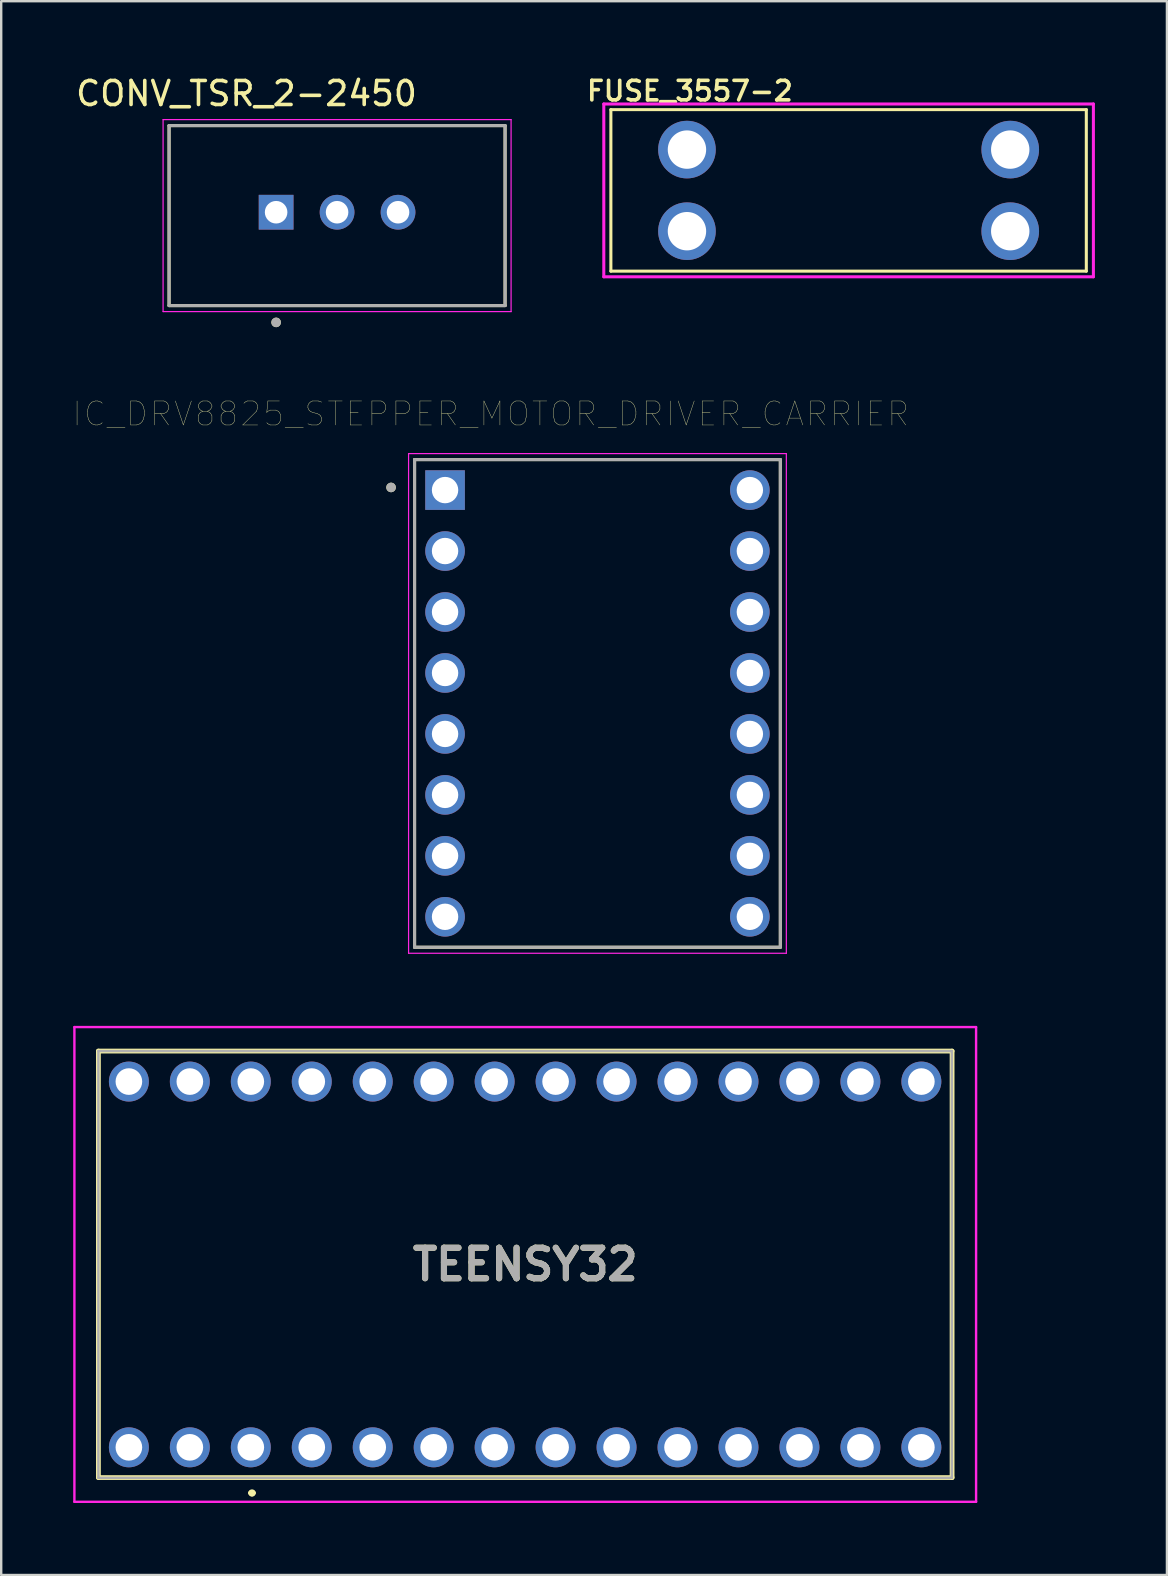
<source format=kicad_pcb>
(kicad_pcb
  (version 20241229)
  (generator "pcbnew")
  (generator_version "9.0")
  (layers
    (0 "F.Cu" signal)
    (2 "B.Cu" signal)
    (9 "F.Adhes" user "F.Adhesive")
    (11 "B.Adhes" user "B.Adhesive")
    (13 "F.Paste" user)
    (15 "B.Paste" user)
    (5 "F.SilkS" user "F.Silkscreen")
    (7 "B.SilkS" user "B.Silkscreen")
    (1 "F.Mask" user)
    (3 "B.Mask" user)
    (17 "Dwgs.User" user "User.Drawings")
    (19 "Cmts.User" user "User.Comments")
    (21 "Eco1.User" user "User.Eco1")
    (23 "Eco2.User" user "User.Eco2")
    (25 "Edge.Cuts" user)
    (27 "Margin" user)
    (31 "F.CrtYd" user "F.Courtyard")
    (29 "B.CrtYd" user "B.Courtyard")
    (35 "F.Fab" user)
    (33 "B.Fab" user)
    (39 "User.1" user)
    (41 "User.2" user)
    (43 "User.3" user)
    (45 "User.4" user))
  (footprint "FUSE_3557-2"
    (layer "F.Cu")
    (at 32.308 4.883)
    (property "Reference" "FUSE_3557-2" (at -6.614 -4.141 0) (layer "F.SilkS") (effects (font (size 0.813 0.813) (thickness 0.152))))
    (attr through_hole)
    (fp_line (start -9.905 -3.365) (end -9.905 3.365) (stroke (width 0.127) (type solid)) (layer "F.SilkS"))
    (fp_line (start -9.905 3.365) (end 9.905 3.365) (stroke (width 0.127) (type solid)) (layer "F.SilkS"))
    (fp_line (start 9.905 -3.365) (end -9.905 -3.365) (stroke (width 0.127) (type solid)) (layer "F.SilkS"))
    (fp_line (start 9.905 3.365) (end 9.905 -3.365) (stroke (width 0.127) (type solid)) (layer "F.SilkS"))
    (fp_line (start -10.2 -3.6) (end 10.2 -3.6) (stroke (width 0.127) (type solid)) (layer "F.CrtYd"))
    (fp_line (start -10.2 3.6) (end -10.2 -3.6) (stroke (width 0.127) (type solid)) (layer "F.CrtYd"))
    (fp_line (start 10.2 -3.6) (end 10.2 3.6) (stroke (width 0.127) (type solid)) (layer "F.CrtYd"))
    (fp_line (start 10.2 3.6) (end -10.2 3.6) (stroke (width 0.127) (type solid)) (layer "F.CrtYd"))
    (pad "1" thru_hole circle (at -6.735 -1.7) (size 2.4 2.4) (drill 1.6) (layers "*.Cu" "*.Mask"))
    (pad "1" thru_hole circle (at -6.735 1.7) (size 2.4 2.4) (drill 1.6) (layers "*.Cu" "*.Mask"))
    (pad "3" thru_hole circle (at 6.735 -1.7) (size 2.4 2.4) (drill 1.6) (layers "*.Cu" "*.Mask"))
    (pad "3" thru_hole circle (at 6.735 1.7) (size 2.4 2.4) (drill 1.6) (layers "*.Cu" "*.Mask")))
  (footprint "TEENSY32"
    (layer "F.Cu")
    (at 7.4 57.255)
    (property "Reference" "TEENSY32" (at 11.435 -7.62 0) (layer "F.SilkS") (effects (font (size 1.27 1.27) (thickness 0.254))))
    (attr through_hole)
    (fp_line (start -6.35 -16.51) (end 29.22 -16.51) (stroke (width 0.2) (type solid)) (layer "F.SilkS"))
    (fp_line (start -6.35 1.26) (end -6.35 -16.51) (stroke (width 0.2) (type solid)) (layer "F.SilkS"))
    (fp_line (start 0 1.9) (end 0 1.9) (stroke (width 0.2) (type solid)) (layer "F.SilkS"))
    (fp_line (start 0 1.9) (end 0 1.9) (stroke (width 0.2) (type solid)) (layer "F.SilkS"))
    (fp_line (start 0.1 1.9) (end 0.1 1.9) (stroke (width 0.2) (type solid)) (layer "F.SilkS"))
    (fp_line (start 29.22 -16.51) (end 29.22 1.26) (stroke (width 0.2) (type solid)) (layer "F.SilkS"))
    (fp_line (start 29.22 1.26) (end -6.35 1.26) (stroke (width 0.2) (type solid)) (layer "F.SilkS"))
    (fp_arc (start 0 1.9) (mid 0.05 1.85) (end 0.1 1.9) (stroke (width 0.2) (type solid)) (layer "F.SilkS"))
    (fp_arc (start 0.1 1.9) (mid 0.05 1.95) (end 0 1.9) (stroke (width 0.2) (type solid)) (layer "F.SilkS"))
    (fp_arc (start 0.1 1.9) (mid 0.05 1.95) (end 0 1.9) (stroke (width 0.2) (type solid)) (layer "F.SilkS"))
    (fp_line (start -7.35 -17.51) (end 30.22 -17.51) (stroke (width 0.1) (type solid)) (layer "F.CrtYd"))
    (fp_line (start -7.35 2.27) (end -7.35 -17.51) (stroke (width 0.1) (type solid)) (layer "F.CrtYd"))
    (fp_line (start 30.22 -17.51) (end 30.22 2.27) (stroke (width 0.1) (type solid)) (layer "F.CrtYd"))
    (fp_line (start 30.22 2.27) (end -7.35 2.27) (stroke (width 0.1) (type solid)) (layer "F.CrtYd"))
    (fp_line (start -6.35 -16.51) (end -6.35 1.27) (stroke (width 0.1) (type solid)) (layer "F.Fab"))
    (fp_line (start -6.35 1.27) (end 29.21 1.27) (stroke (width 0.1) (type solid)) (layer "F.Fab"))
    (fp_line (start 29.21 -16.51) (end -6.35 -16.51) (stroke (width 0.1) (type solid)) (layer "F.Fab"))
    (fp_line (start 29.21 1.27) (end 29.21 -16.51) (stroke (width 0.1) (type solid)) (layer "F.Fab"))
    (fp_text user "${REFERENCE}" (at 11.435 -7.62 0) (layer "F.Fab") (effects (font (size 1.27 1.27) (thickness 0.254))))
    (pad "1" thru_hole circle (at 0 0) (size 1.665 1.665) (drill 1.11) (layers "*.Cu" "*.Mask"))
    (pad "2" thru_hole circle (at 2.54 0) (size 1.665 1.665) (drill 1.11) (layers "*.Cu" "*.Mask"))
    (pad "3" thru_hole circle (at 5.08 0) (size 1.665 1.665) (drill 1.11) (layers "*.Cu" "*.Mask"))
    (pad "4" thru_hole circle (at 7.62 0) (size 1.665 1.665) (drill 1.11) (layers "*.Cu" "*.Mask"))
    (pad "5" thru_hole circle (at 10.16 0) (size 1.665 1.665) (drill 1.11) (layers "*.Cu" "*.Mask"))
    (pad "6" thru_hole circle (at 12.7 0) (size 1.665 1.665) (drill 1.11) (layers "*.Cu" "*.Mask"))
    (pad "7" thru_hole circle (at 15.24 0) (size 1.665 1.665) (drill 1.11) (layers "*.Cu" "*.Mask"))
    (pad "8" thru_hole circle (at 17.78 0) (size 1.665 1.665) (drill 1.11) (layers "*.Cu" "*.Mask"))
    (pad "9" thru_hole circle (at 20.32 0) (size 1.665 1.665) (drill 1.11) (layers "*.Cu" "*.Mask"))
    (pad "10" thru_hole circle (at 22.86 0) (size 1.665 1.665) (drill 1.11) (layers "*.Cu" "*.Mask"))
    (pad "11" thru_hole circle (at 25.4 0) (size 1.665 1.665) (drill 1.11) (layers "*.Cu" "*.Mask"))
    (pad "12" thru_hole circle (at 27.94 0) (size 1.665 1.665) (drill 1.11) (layers "*.Cu" "*.Mask"))
    (pad "13" thru_hole circle (at 27.94 -15.24) (size 1.665 1.665) (drill 1.11) (layers "*.Cu" "*.Mask"))
    (pad "14" thru_hole circle (at 25.4 -15.24) (size 1.665 1.665) (drill 1.11) (layers "*.Cu" "*.Mask"))
    (pad "15" thru_hole circle (at 22.86 -15.24) (size 1.665 1.665) (drill 1.11) (layers "*.Cu" "*.Mask"))
    (pad "16" thru_hole circle (at 20.32 -15.24) (size 1.665 1.665) (drill 1.11) (layers "*.Cu" "*.Mask"))
    (pad "17" thru_hole circle (at 17.78 -15.24) (size 1.665 1.665) (drill 1.11) (layers "*.Cu" "*.Mask"))
    (pad "18" thru_hole circle (at 15.24 -15.24) (size 1.665 1.665) (drill 1.11) (layers "*.Cu" "*.Mask"))
    (pad "19" thru_hole circle (at 12.7 -15.24) (size 1.665 1.665) (drill 1.11) (layers "*.Cu" "*.Mask"))
    (pad "20" thru_hole circle (at 10.16 -15.24) (size 1.665 1.665) (drill 1.11) (layers "*.Cu" "*.Mask"))
    (pad "21" thru_hole circle (at 7.62 -15.24) (size 1.665 1.665) (drill 1.11) (layers "*.Cu" "*.Mask"))
    (pad "22" thru_hole circle (at 5.08 -15.24) (size 1.665 1.665) (drill 1.11) (layers "*.Cu" "*.Mask"))
    (pad "23" thru_hole circle (at 2.54 -15.24) (size 1.665 1.665) (drill 1.11) (layers "*.Cu" "*.Mask"))
    (pad "24" thru_hole circle (at 0 -15.24) (size 1.665 1.665) (drill 1.11) (layers "*.Cu" "*.Mask"))
    (pad "25" thru_hole circle (at -2.54 -15.24) (size 1.665 1.665) (drill 1.11) (layers "*.Cu" "*.Mask"))
    (pad "26" thru_hole circle (at -5.08 -15.24) (size 1.665 1.665) (drill 1.11) (layers "*.Cu" "*.Mask"))
    (pad "36" thru_hole circle (at -5.08 0) (size 1.665 1.665) (drill 1.11) (layers "*.Cu" "*.Mask"))
    (pad "37" thru_hole circle (at -2.54 0) (size 1.665 1.665) (drill 1.11) (layers "*.Cu" "*.Mask")))
  (footprint "IC_DRV8825_STEPPER_MOTOR_DRIVER_CARRIER"
    (layer "F.Cu")
    (at 21.844 26.26)
    (property "Reference" "IC_DRV8825_STEPPER_MOTOR_DRIVER_CARRIER" (at -4.445 -12.065 0) (layer "F.SilkS") (effects (font (size 1 1) (thickness 0.015))))
    (attr through_hole)
    (fp_line (start -7.62 -10.16) (end 7.62 -10.16) (stroke (width 0.127) (type solid)) (layer "F.SilkS"))
    (fp_line (start -7.62 10.16) (end -7.62 -10.16) (stroke (width 0.127) (type solid)) (layer "F.SilkS"))
    (fp_line (start 7.62 -10.16) (end 7.62 10.16) (stroke (width 0.127) (type solid)) (layer "F.SilkS"))
    (fp_line (start 7.62 10.16) (end -7.62 10.16) (stroke (width 0.127) (type solid)) (layer "F.SilkS"))
    (fp_circle (center -8.6 -9) (end -8.5 -9) (stroke (width 0.2) (type solid)) (fill no) (layer "F.SilkS"))
    (fp_line (start -7.87 -10.41) (end 7.87 -10.41) (stroke (width 0.05) (type solid)) (layer "F.CrtYd"))
    (fp_line (start -7.87 10.41) (end -7.87 -10.41) (stroke (width 0.05) (type solid)) (layer "F.CrtYd"))
    (fp_line (start 7.87 -10.41) (end 7.87 10.41) (stroke (width 0.05) (type solid)) (layer "F.CrtYd"))
    (fp_line (start 7.87 10.41) (end -7.87 10.41) (stroke (width 0.05) (type solid)) (layer "F.CrtYd"))
    (fp_line (start -7.62 -10.16) (end 7.62 -10.16) (stroke (width 0.127) (type solid)) (layer "F.Fab"))
    (fp_line (start -7.62 10.16) (end -7.62 -10.16) (stroke (width 0.127) (type solid)) (layer "F.Fab"))
    (fp_line (start 7.62 -10.16) (end 7.62 10.16) (stroke (width 0.127) (type solid)) (layer "F.Fab"))
    (fp_line (start 7.62 10.16) (end -7.62 10.16) (stroke (width 0.127) (type solid)) (layer "F.Fab"))
    (fp_circle (center -8.6 -9) (end -8.5 -9) (stroke (width 0.2) (type solid)) (fill no) (layer "F.Fab"))
    (pad "1" thru_hole rect (at -6.35 -8.89) (size 1.65 1.65) (drill 1.1) (layers "*.Cu" "*.Mask"))
    (pad "2" thru_hole circle (at -6.35 -6.35) (size 1.65 1.65) (drill 1.1) (layers "*.Cu" "*.Mask"))
    (pad "3" thru_hole circle (at -6.35 -3.81) (size 1.65 1.65) (drill 1.1) (layers "*.Cu" "*.Mask"))
    (pad "4" thru_hole circle (at -6.35 -1.27) (size 1.65 1.65) (drill 1.1) (layers "*.Cu" "*.Mask"))
    (pad "5" thru_hole circle (at -6.35 1.27) (size 1.65 1.65) (drill 1.1) (layers "*.Cu" "*.Mask"))
    (pad "6" thru_hole circle (at -6.35 3.81) (size 1.65 1.65) (drill 1.1) (layers "*.Cu" "*.Mask"))
    (pad "7" thru_hole circle (at -6.35 6.35) (size 1.65 1.65) (drill 1.1) (layers "*.Cu" "*.Mask"))
    (pad "8" thru_hole circle (at -6.35 8.89) (size 1.65 1.65) (drill 1.1) (layers "*.Cu" "*.Mask"))
    (pad "9" thru_hole circle (at 6.35 8.89) (size 1.65 1.65) (drill 1.1) (layers "*.Cu" "*.Mask"))
    (pad "10" thru_hole circle (at 6.35 6.35) (size 1.65 1.65) (drill 1.1) (layers "*.Cu" "*.Mask"))
    (pad "11" thru_hole circle (at 6.35 3.81) (size 1.65 1.65) (drill 1.1) (layers "*.Cu" "*.Mask"))
    (pad "12" thru_hole circle (at 6.35 1.27) (size 1.65 1.65) (drill 1.1) (layers "*.Cu" "*.Mask"))
    (pad "13" thru_hole circle (at 6.35 -1.27) (size 1.65 1.65) (drill 1.1) (layers "*.Cu" "*.Mask"))
    (pad "14" thru_hole circle (at 6.35 -3.81) (size 1.65 1.65) (drill 1.1) (layers "*.Cu" "*.Mask"))
    (pad "15" thru_hole circle (at 6.35 -6.35) (size 1.65 1.65) (drill 1.1) (layers "*.Cu" "*.Mask"))
    (pad "16" thru_hole circle (at 6.35 -8.89) (size 1.65 1.65) (drill 1.1) (layers "*.Cu" "*.Mask")))
  (footprint "CONV_TSR_2-2450"
    (layer "F.Cu")
    (at 10.995 5.933)
    (property "Reference" "CONV_TSR_2-2450" (at -3.775 -5.085 0) (layer "F.SilkS") (effects (font (size 1 1) (thickness 0.15))))
    (attr through_hole)
    (fp_line (start -7 -3.75) (end 7 -3.75) (stroke (width 0.127) (type solid)) (layer "F.SilkS"))
    (fp_line (start -7 3.75) (end -7 -3.75) (stroke (width 0.127) (type solid)) (layer "F.SilkS"))
    (fp_line (start 7 3.75) (end -7 3.75) (stroke (width 0.127) (type solid)) (layer "F.SilkS"))
    (fp_line (start 7 3.75) (end 7 -3.75) (stroke (width 0.127) (type solid)) (layer "F.SilkS"))
    (fp_circle (center -2.54 4.45) (end -2.44 4.45) (stroke (width 0.2) (type solid)) (fill no) (layer "F.SilkS"))
    (fp_line (start -7.25 -4) (end -7.25 4) (stroke (width 0.05) (type solid)) (layer "F.CrtYd"))
    (fp_line (start -7.25 -4) (end 7.25 -4) (stroke (width 0.05) (type solid)) (layer "F.CrtYd"))
    (fp_line (start 7.25 4) (end -7.25 4) (stroke (width 0.05) (type solid)) (layer "F.CrtYd"))
    (fp_line (start 7.25 4) (end 7.25 -4) (stroke (width 0.05) (type solid)) (layer "F.CrtYd"))
    (fp_line (start -7 -3.75) (end 7 -3.75) (stroke (width 0.127) (type solid)) (layer "F.Fab"))
    (fp_line (start -7 3.75) (end -7 -3.75) (stroke (width 0.127) (type solid)) (layer "F.Fab"))
    (fp_line (start 7 -3.75) (end 7 3.75) (stroke (width 0.127) (type solid)) (layer "F.Fab"))
    (fp_line (start 7 3.75) (end -7 3.75) (stroke (width 0.127) (type solid)) (layer "F.Fab"))
    (fp_circle (center -2.54 4.45) (end -2.44 4.45) (stroke (width 0.2) (type solid)) (fill no) (layer "F.Fab"))
    (pad "1" thru_hole rect (at -2.54 -0.14) (size 1.448 1.448) (drill 0.94) (layers "*.Cu" "*.Mask"))
    (pad "2" thru_hole circle (at 0 -0.14) (size 1.448 1.448) (drill 0.94) (layers "*.Cu" "*.Mask"))
    (pad "3" thru_hole circle (at 2.54 -0.14) (size 1.448 1.448) (drill 0.94) (layers "*.Cu" "*.Mask")))
  (gr_rect
    (start -3 -3)
    (end 45.572 62.575)
    (stroke (width 0.1) (type default))
    (fill no)
    (layer "Edge.Cuts")))
</source>
